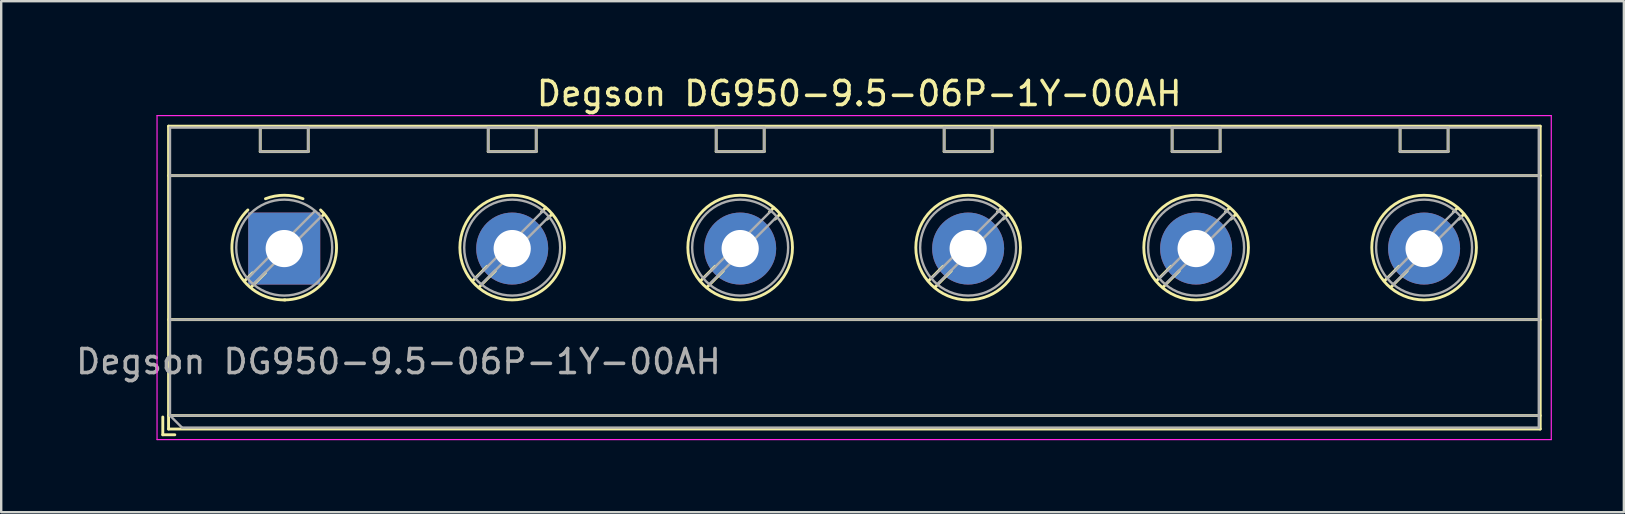
<source format=kicad_pcb>
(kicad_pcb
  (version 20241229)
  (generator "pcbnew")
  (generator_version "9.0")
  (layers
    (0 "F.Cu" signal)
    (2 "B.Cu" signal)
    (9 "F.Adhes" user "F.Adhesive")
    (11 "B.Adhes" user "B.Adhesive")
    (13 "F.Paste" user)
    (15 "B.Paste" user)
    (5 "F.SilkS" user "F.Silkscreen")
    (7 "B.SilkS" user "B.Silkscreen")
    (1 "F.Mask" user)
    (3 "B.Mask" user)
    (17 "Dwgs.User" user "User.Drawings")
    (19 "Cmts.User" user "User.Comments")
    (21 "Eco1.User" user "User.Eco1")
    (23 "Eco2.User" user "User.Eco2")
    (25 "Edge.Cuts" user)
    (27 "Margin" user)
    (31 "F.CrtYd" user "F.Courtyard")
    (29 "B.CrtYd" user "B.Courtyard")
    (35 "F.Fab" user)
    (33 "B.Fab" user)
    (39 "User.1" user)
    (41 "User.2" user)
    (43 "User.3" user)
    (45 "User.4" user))
  (footprint "Degson DG950-9.5-06P-1Y-00AH"
    (layer "F.Cu")
    (at 8.794 7.308)
    (property "Reference" "Degson DG950-9.5-06P-1Y-00AH" (at 23.96 -6.46 0) (layer "F.SilkS") (effects (font (size 1 1) (thickness 0.15))))
    (attr through_hole)
    (fp_line (start -5.06 7.02) (end -5.06 7.76) (stroke (width 0.12) (type solid)) (layer "F.SilkS"))
    (fp_line (start -5.06 7.76) (end -4.56 7.76) (stroke (width 0.12) (type solid)) (layer "F.SilkS"))
    (fp_line (start -4.82 -5.1) (end -4.82 7.52) (stroke (width 0.12) (type solid)) (layer "F.SilkS"))
    (fp_line (start -4.82 -3.04) (end 52.34 -3.04) (stroke (width 0.12) (type solid)) (layer "F.SilkS"))
    (fp_line (start -4.82 2.96) (end 52.34 2.96) (stroke (width 0.12) (type solid)) (layer "F.SilkS"))
    (fp_line (start -4.82 6.96) (end 52.34 6.96) (stroke (width 0.12) (type solid)) (layer "F.SilkS"))
    (fp_line (start -4.82 7.52) (end 52.34 7.52) (stroke (width 0.12) (type solid)) (layer "F.SilkS"))
    (fp_line (start -1.32 1.013) (end -1.654 1.348) (stroke (width 0.12) (type solid)) (layer "F.SilkS"))
    (fp_line (start -1 -5.04) (end -1 -4.04) (stroke (width 0.12) (type solid)) (layer "F.SilkS"))
    (fp_line (start -1 -5.04) (end 1 -5.04) (stroke (width 0.12) (type solid)) (layer "F.SilkS"))
    (fp_line (start -1 -4.04) (end 1 -4.04) (stroke (width 0.12) (type solid)) (layer "F.SilkS"))
    (fp_line (start -0.78 1.006) (end -1.388 1.614) (stroke (width 0.12) (type solid)) (layer "F.SilkS"))
    (fp_line (start 1 -5.04) (end 1 -4.04) (stroke (width 0.12) (type solid)) (layer "F.SilkS"))
    (fp_line (start 1.654 -1.428) (end 1.547 -1.321) (stroke (width 0.12) (type solid)) (layer "F.SilkS"))
    (fp_line (start 8.455 0.739) (end 7.847 1.348) (stroke (width 0.12) (type solid)) (layer "F.SilkS"))
    (fp_line (start 8.5 -5.04) (end 8.5 -4.04) (stroke (width 0.12) (type solid)) (layer "F.SilkS"))
    (fp_line (start 8.5 -5.04) (end 10.5 -5.04) (stroke (width 0.12) (type solid)) (layer "F.SilkS"))
    (fp_line (start 8.5 -4.04) (end 10.5 -4.04) (stroke (width 0.12) (type solid)) (layer "F.SilkS"))
    (fp_line (start 8.797 0.93) (end 8.113 1.614) (stroke (width 0.12) (type solid)) (layer "F.SilkS"))
    (fp_line (start 10.5 -5.04) (end 10.5 -4.04) (stroke (width 0.12) (type solid)) (layer "F.SilkS"))
    (fp_line (start 10.888 -1.694) (end 10.721 -1.526) (stroke (width 0.12) (type solid)) (layer "F.SilkS"))
    (fp_line (start 11.154 -1.428) (end 10.956 -1.23) (stroke (width 0.12) (type solid)) (layer "F.SilkS"))
    (fp_line (start 17.955 0.739) (end 17.347 1.348) (stroke (width 0.12) (type solid)) (layer "F.SilkS"))
    (fp_line (start 18 -5.04) (end 18 -4.04) (stroke (width 0.12) (type solid)) (layer "F.SilkS"))
    (fp_line (start 18 -5.04) (end 20 -5.04) (stroke (width 0.12) (type solid)) (layer "F.SilkS"))
    (fp_line (start 18 -4.04) (end 20 -4.04) (stroke (width 0.12) (type solid)) (layer "F.SilkS"))
    (fp_line (start 18.297 0.93) (end 17.613 1.614) (stroke (width 0.12) (type solid)) (layer "F.SilkS"))
    (fp_line (start 20 -5.04) (end 20 -4.04) (stroke (width 0.12) (type solid)) (layer "F.SilkS"))
    (fp_line (start 20.388 -1.694) (end 20.221 -1.526) (stroke (width 0.12) (type solid)) (layer "F.SilkS"))
    (fp_line (start 20.654 -1.428) (end 20.456 -1.23) (stroke (width 0.12) (type solid)) (layer "F.SilkS"))
    (fp_line (start 27.455 0.739) (end 26.847 1.348) (stroke (width 0.12) (type solid)) (layer "F.SilkS"))
    (fp_line (start 27.5 -5.04) (end 27.5 -4.04) (stroke (width 0.12) (type solid)) (layer "F.SilkS"))
    (fp_line (start 27.5 -5.04) (end 29.5 -5.04) (stroke (width 0.12) (type solid)) (layer "F.SilkS"))
    (fp_line (start 27.5 -4.04) (end 29.5 -4.04) (stroke (width 0.12) (type solid)) (layer "F.SilkS"))
    (fp_line (start 27.797 0.93) (end 27.113 1.614) (stroke (width 0.12) (type solid)) (layer "F.SilkS"))
    (fp_line (start 29.5 -5.04) (end 29.5 -4.04) (stroke (width 0.12) (type solid)) (layer "F.SilkS"))
    (fp_line (start 29.888 -1.694) (end 29.721 -1.526) (stroke (width 0.12) (type solid)) (layer "F.SilkS"))
    (fp_line (start 30.154 -1.428) (end 29.956 -1.23) (stroke (width 0.12) (type solid)) (layer "F.SilkS"))
    (fp_line (start 36.955 0.739) (end 36.347 1.348) (stroke (width 0.12) (type solid)) (layer "F.SilkS"))
    (fp_line (start 37 -5.04) (end 37 -4.04) (stroke (width 0.12) (type solid)) (layer "F.SilkS"))
    (fp_line (start 37 -5.04) (end 39 -5.04) (stroke (width 0.12) (type solid)) (layer "F.SilkS"))
    (fp_line (start 37 -4.04) (end 39 -4.04) (stroke (width 0.12) (type solid)) (layer "F.SilkS"))
    (fp_line (start 37.297 0.93) (end 36.613 1.614) (stroke (width 0.12) (type solid)) (layer "F.SilkS"))
    (fp_line (start 39 -5.04) (end 39 -4.04) (stroke (width 0.12) (type solid)) (layer "F.SilkS"))
    (fp_line (start 39.388 -1.694) (end 39.221 -1.526) (stroke (width 0.12) (type solid)) (layer "F.SilkS"))
    (fp_line (start 39.654 -1.428) (end 39.456 -1.23) (stroke (width 0.12) (type solid)) (layer "F.SilkS"))
    (fp_line (start 46.455 0.739) (end 45.847 1.348) (stroke (width 0.12) (type solid)) (layer "F.SilkS"))
    (fp_line (start 46.5 -5.04) (end 46.5 -4.04) (stroke (width 0.12) (type solid)) (layer "F.SilkS"))
    (fp_line (start 46.5 -5.04) (end 48.5 -5.04) (stroke (width 0.12) (type solid)) (layer "F.SilkS"))
    (fp_line (start 46.5 -4.04) (end 48.5 -4.04) (stroke (width 0.12) (type solid)) (layer "F.SilkS"))
    (fp_line (start 46.797 0.93) (end 46.113 1.614) (stroke (width 0.12) (type solid)) (layer "F.SilkS"))
    (fp_line (start 48.5 -5.04) (end 48.5 -4.04) (stroke (width 0.12) (type solid)) (layer "F.SilkS"))
    (fp_line (start 48.888 -1.694) (end 48.721 -1.526) (stroke (width 0.12) (type solid)) (layer "F.SilkS"))
    (fp_line (start 49.154 -1.428) (end 48.956 -1.23) (stroke (width 0.12) (type solid)) (layer "F.SilkS"))
    (fp_line (start 52.34 -5.1) (end -4.82 -5.1) (stroke (width 0.12) (type solid)) (layer "F.SilkS"))
    (fp_line (start 52.34 7.52) (end 52.34 -5.1) (stroke (width 0.12) (type solid)) (layer "F.SilkS"))
    (fp_arc (start -0.781211 -2.076303) (mid 0.000423 -2.221014) (end 0.782 -2.076) (stroke (width 0.12) (type solid)) (layer "F.SilkS"))
    (fp_arc (start 0.037945 2.140721) (mid -2.015074 0.794542) (end -1.515 -1.609) (stroke (width 0.12) (type solid)) (layer "F.SilkS"))
    (fp_arc (start 1.514355 -1.608161) (mid 2.021261 0.776642) (end 0 2.14) (stroke (width 0.12) (type solid)) (layer "F.SilkS"))
    (fp_circle (center 9.5 -0.04) (end 11.68 -0.04) (stroke (width 0.12) (type solid)) (fill no) (layer "F.SilkS"))
    (fp_circle (center 19 -0.04) (end 21.18 -0.04) (stroke (width 0.12) (type solid)) (fill no) (layer "F.SilkS"))
    (fp_circle (center 28.5 -0.04) (end 30.68 -0.04) (stroke (width 0.12) (type solid)) (fill no) (layer "F.SilkS"))
    (fp_circle (center 38 -0.04) (end 40.18 -0.04) (stroke (width 0.12) (type solid)) (fill no) (layer "F.SilkS"))
    (fp_circle (center 47.5 -0.04) (end 49.68 -0.04) (stroke (width 0.12) (type solid)) (fill no) (layer "F.SilkS"))
    (fp_line (start -5.3 -5.54) (end -5.3 7.96) (stroke (width 0.05) (type solid)) (layer "F.CrtYd"))
    (fp_line (start -5.3 7.96) (end 52.8 7.96) (stroke (width 0.05) (type solid)) (layer "F.CrtYd"))
    (fp_line (start 52.8 -5.54) (end -5.3 -5.54) (stroke (width 0.05) (type solid)) (layer "F.CrtYd"))
    (fp_line (start 52.8 7.96) (end 52.8 -5.54) (stroke (width 0.05) (type solid)) (layer "F.CrtYd"))
    (fp_line (start -4.76 -5.04) (end 52.28 -5.04) (stroke (width 0.1) (type solid)) (layer "F.Fab"))
    (fp_line (start -4.76 -3.04) (end 52.28 -3.04) (stroke (width 0.1) (type solid)) (layer "F.Fab"))
    (fp_line (start -4.76 2.96) (end 52.28 2.96) (stroke (width 0.1) (type solid)) (layer "F.Fab"))
    (fp_line (start -4.76 6.96) (end -4.76 -5.04) (stroke (width 0.1) (type solid)) (layer "F.Fab"))
    (fp_line (start -4.76 6.96) (end 52.28 6.96) (stroke (width 0.1) (type solid)) (layer "F.Fab"))
    (fp_line (start -4.26 7.46) (end -4.76 6.96) (stroke (width 0.1) (type solid)) (layer "F.Fab"))
    (fp_line (start -1 -5.04) (end -1 -4.04) (stroke (width 0.1) (type solid)) (layer "F.Fab"))
    (fp_line (start -1 -4.04) (end 1 -4.04) (stroke (width 0.1) (type solid)) (layer "F.Fab"))
    (fp_line (start 1 -5.04) (end -1 -5.04) (stroke (width 0.1) (type solid)) (layer "F.Fab"))
    (fp_line (start 1 -4.04) (end 1 -5.04) (stroke (width 0.1) (type solid)) (layer "F.Fab"))
    (fp_line (start 1.273 -1.557) (end -1.517 1.233) (stroke (width 0.1) (type solid)) (layer "F.Fab"))
    (fp_line (start 1.517 -1.313) (end -1.273 1.477) (stroke (width 0.1) (type solid)) (layer "F.Fab"))
    (fp_line (start 8.5 -5.04) (end 8.5 -4.04) (stroke (width 0.1) (type solid)) (layer "F.Fab"))
    (fp_line (start 8.5 -4.04) (end 10.5 -4.04) (stroke (width 0.1) (type solid)) (layer "F.Fab"))
    (fp_line (start 10.5 -5.04) (end 8.5 -5.04) (stroke (width 0.1) (type solid)) (layer "F.Fab"))
    (fp_line (start 10.5 -4.04) (end 10.5 -5.04) (stroke (width 0.1) (type solid)) (layer "F.Fab"))
    (fp_line (start 10.773 -1.557) (end 7.984 1.233) (stroke (width 0.1) (type solid)) (layer "F.Fab"))
    (fp_line (start 11.017 -1.313) (end 8.228 1.477) (stroke (width 0.1) (type solid)) (layer "F.Fab"))
    (fp_line (start 18 -5.04) (end 18 -4.04) (stroke (width 0.1) (type solid)) (layer "F.Fab"))
    (fp_line (start 18 -4.04) (end 20 -4.04) (stroke (width 0.1) (type solid)) (layer "F.Fab"))
    (fp_line (start 20 -5.04) (end 18 -5.04) (stroke (width 0.1) (type solid)) (layer "F.Fab"))
    (fp_line (start 20 -4.04) (end 20 -5.04) (stroke (width 0.1) (type solid)) (layer "F.Fab"))
    (fp_line (start 20.273 -1.557) (end 17.484 1.233) (stroke (width 0.1) (type solid)) (layer "F.Fab"))
    (fp_line (start 20.517 -1.313) (end 17.728 1.477) (stroke (width 0.1) (type solid)) (layer "F.Fab"))
    (fp_line (start 27.5 -5.04) (end 27.5 -4.04) (stroke (width 0.1) (type solid)) (layer "F.Fab"))
    (fp_line (start 27.5 -4.04) (end 29.5 -4.04) (stroke (width 0.1) (type solid)) (layer "F.Fab"))
    (fp_line (start 29.5 -5.04) (end 27.5 -5.04) (stroke (width 0.1) (type solid)) (layer "F.Fab"))
    (fp_line (start 29.5 -4.04) (end 29.5 -5.04) (stroke (width 0.1) (type solid)) (layer "F.Fab"))
    (fp_line (start 29.773 -1.557) (end 26.984 1.233) (stroke (width 0.1) (type solid)) (layer "F.Fab"))
    (fp_line (start 30.017 -1.313) (end 27.228 1.477) (stroke (width 0.1) (type solid)) (layer "F.Fab"))
    (fp_line (start 37 -5.04) (end 37 -4.04) (stroke (width 0.1) (type solid)) (layer "F.Fab"))
    (fp_line (start 37 -4.04) (end 39 -4.04) (stroke (width 0.1) (type solid)) (layer "F.Fab"))
    (fp_line (start 39 -5.04) (end 37 -5.04) (stroke (width 0.1) (type solid)) (layer "F.Fab"))
    (fp_line (start 39 -4.04) (end 39 -5.04) (stroke (width 0.1) (type solid)) (layer "F.Fab"))
    (fp_line (start 39.273 -1.557) (end 36.484 1.233) (stroke (width 0.1) (type solid)) (layer "F.Fab"))
    (fp_line (start 39.517 -1.313) (end 36.728 1.477) (stroke (width 0.1) (type solid)) (layer "F.Fab"))
    (fp_line (start 46.5 -5.04) (end 46.5 -4.04) (stroke (width 0.1) (type solid)) (layer "F.Fab"))
    (fp_line (start 46.5 -4.04) (end 48.5 -4.04) (stroke (width 0.1) (type solid)) (layer "F.Fab"))
    (fp_line (start 48.5 -5.04) (end 46.5 -5.04) (stroke (width 0.1) (type solid)) (layer "F.Fab"))
    (fp_line (start 48.5 -4.04) (end 48.5 -5.04) (stroke (width 0.1) (type solid)) (layer "F.Fab"))
    (fp_line (start 48.773 -1.557) (end 45.984 1.233) (stroke (width 0.1) (type solid)) (layer "F.Fab"))
    (fp_line (start 49.017 -1.313) (end 46.228 1.477) (stroke (width 0.1) (type solid)) (layer "F.Fab"))
    (fp_line (start 52.28 -5.04) (end 52.28 7.46) (stroke (width 0.1) (type solid)) (layer "F.Fab"))
    (fp_line (start 52.28 7.46) (end -4.26 7.46) (stroke (width 0.1) (type solid)) (layer "F.Fab"))
    (fp_circle (center 0 -0.04) (end 2 -0.04) (stroke (width 0.1) (type solid)) (fill no) (layer "F.Fab"))
    (fp_circle (center 9.5 -0.04) (end 11.5 -0.04) (stroke (width 0.1) (type solid)) (fill no) (layer "F.Fab"))
    (fp_circle (center 19 -0.04) (end 21 -0.04) (stroke (width 0.1) (type solid)) (fill no) (layer "F.Fab"))
    (fp_circle (center 28.5 -0.04) (end 30.5 -0.04) (stroke (width 0.1) (type solid)) (fill no) (layer "F.Fab"))
    (fp_circle (center 38 -0.04) (end 40 -0.04) (stroke (width 0.1) (type solid)) (fill no) (layer "F.Fab"))
    (fp_circle (center 47.5 -0.04) (end 49.5 -0.04) (stroke (width 0.1) (type solid)) (fill no) (layer "F.Fab"))
    (fp_text user "${REFERENCE}" (at 4.76 4.71 0) (layer "F.Fab") (effects (font (size 1 1) (thickness 0.15))))
    (pad "1" thru_hole rect (at 0 0) (size 3 3) (drill 1.55) (layers "*.Cu" "*.Mask"))
    (pad "2" thru_hole circle (at 9.5 0) (size 3 3) (drill 1.55) (layers "*.Cu" "*.Mask"))
    (pad "3" thru_hole circle (at 19 0) (size 3 3) (drill 1.55) (layers "*.Cu" "*.Mask"))
    (pad "4" thru_hole circle (at 28.5 0) (size 3 3) (drill 1.55) (layers "*.Cu" "*.Mask"))
    (pad "5" thru_hole circle (at 38 0) (size 3 3) (drill 1.55) (layers "*.Cu" "*.Mask"))
    (pad "6" thru_hole circle (at 47.5 0) (size 3 3) (drill 1.55) (layers "*.Cu" "*.Mask")))
  (gr_rect
    (start -3 -3)
    (end 64.619 18.293)
    (stroke (width 0.1) (type default))
    (fill no)
    (layer "Edge.Cuts")))
</source>
